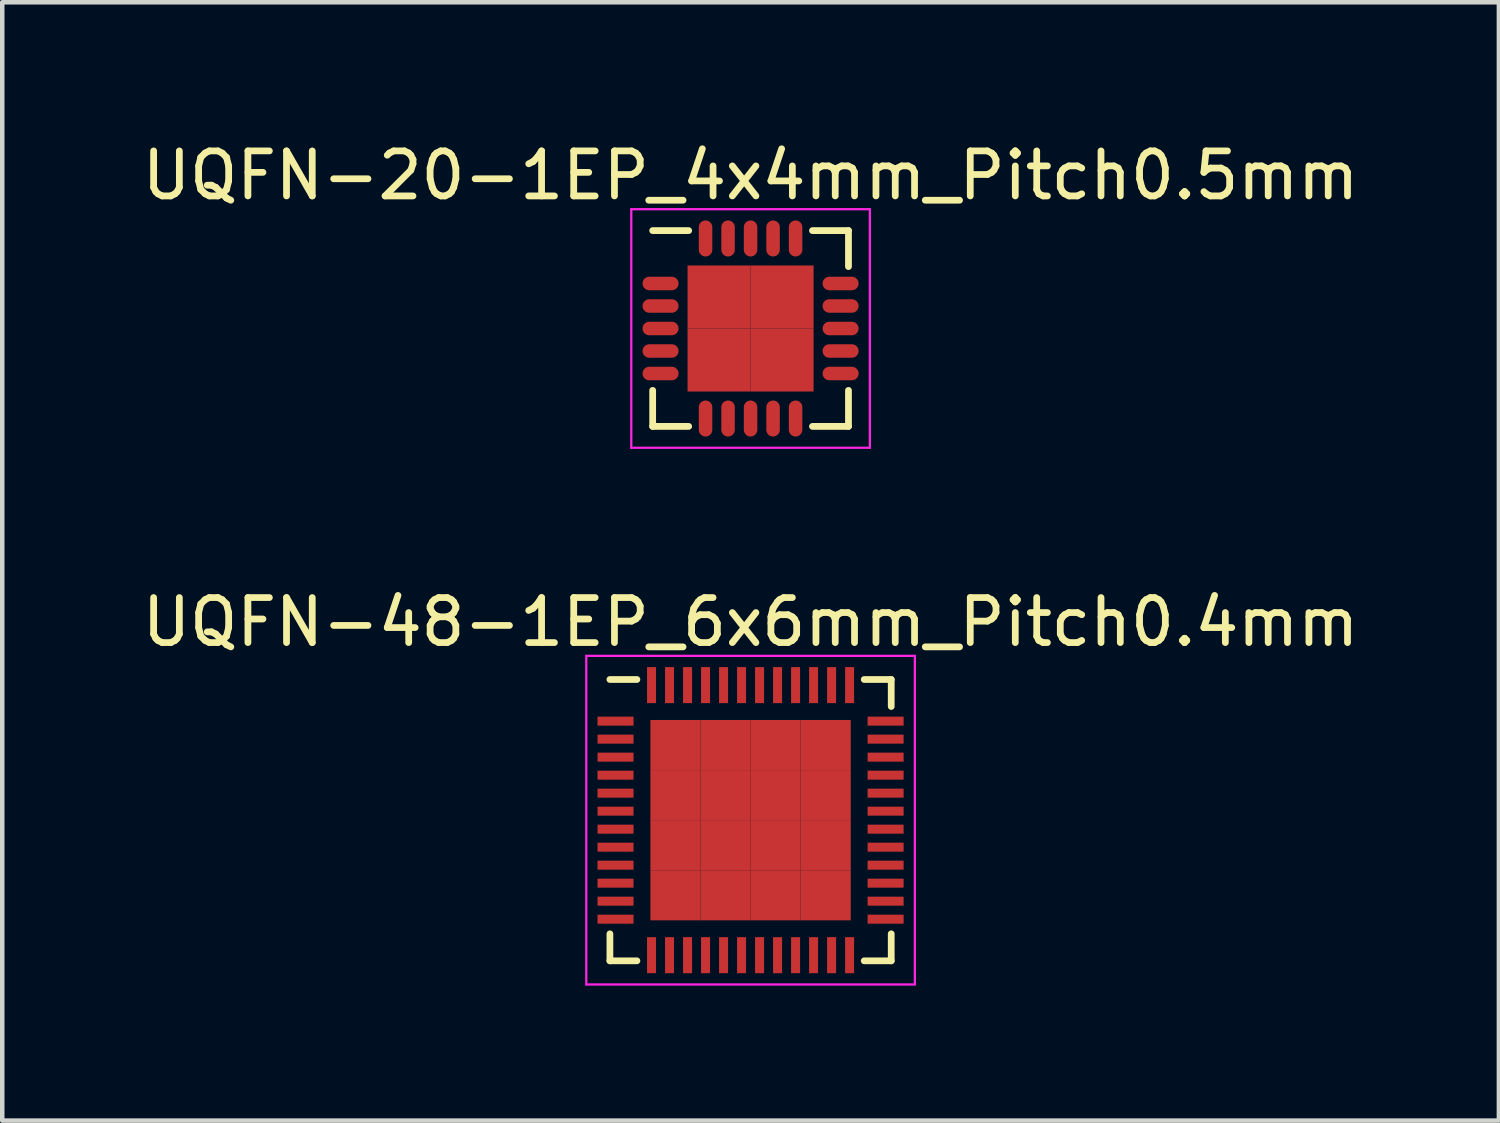
<source format=kicad_pcb>
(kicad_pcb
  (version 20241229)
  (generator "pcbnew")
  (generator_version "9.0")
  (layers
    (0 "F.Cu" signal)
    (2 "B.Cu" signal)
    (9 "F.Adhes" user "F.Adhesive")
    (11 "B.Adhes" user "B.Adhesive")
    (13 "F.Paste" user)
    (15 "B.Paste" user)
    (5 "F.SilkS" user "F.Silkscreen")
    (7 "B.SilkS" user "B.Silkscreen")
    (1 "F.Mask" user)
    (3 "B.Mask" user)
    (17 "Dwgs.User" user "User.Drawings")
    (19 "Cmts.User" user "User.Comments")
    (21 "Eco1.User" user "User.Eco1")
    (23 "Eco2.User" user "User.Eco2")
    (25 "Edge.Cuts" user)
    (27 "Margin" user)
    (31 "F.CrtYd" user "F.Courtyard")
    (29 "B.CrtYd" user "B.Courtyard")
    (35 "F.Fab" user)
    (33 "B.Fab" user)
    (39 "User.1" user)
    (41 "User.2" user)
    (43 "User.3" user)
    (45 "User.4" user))
  (footprint "UQFN-48-1EP_6x6mm_Pitch0.4mm"
    (layer "F.Cu")
    (at 13.625 15.171)
    (property "Reference" "UQFN-48-1EP_6x6mm_Pitch0.4mm" (at 0 -4.4 0) (layer "F.SilkS") (effects (font (size 1 1) (thickness 0.15))))
    (attr smd)
    (fp_line (start -3.125 -3.125) (end -2.525 -3.125) (stroke (width 0.15) (type solid)) (layer "F.SilkS"))
    (fp_line (start -3.125 3.125) (end -3.125 2.525) (stroke (width 0.15) (type solid)) (layer "F.SilkS"))
    (fp_line (start -3.125 3.125) (end -2.525 3.125) (stroke (width 0.15) (type solid)) (layer "F.SilkS"))
    (fp_line (start 3.125 -3.125) (end 2.525 -3.125) (stroke (width 0.15) (type solid)) (layer "F.SilkS"))
    (fp_line (start 3.125 -3.125) (end 3.125 -2.525) (stroke (width 0.15) (type solid)) (layer "F.SilkS"))
    (fp_line (start 3.125 3.125) (end 2.525 3.125) (stroke (width 0.15) (type solid)) (layer "F.SilkS"))
    (fp_line (start 3.125 3.125) (end 3.125 2.525) (stroke (width 0.15) (type solid)) (layer "F.SilkS"))
    (fp_line (start -3.65 -3.65) (end -3.65 3.65) (stroke (width 0.05) (type solid)) (layer "F.CrtYd"))
    (fp_line (start -3.65 -3.65) (end 3.65 -3.65) (stroke (width 0.05) (type solid)) (layer "F.CrtYd"))
    (fp_line (start -3.65 3.65) (end 3.65 3.65) (stroke (width 0.05) (type solid)) (layer "F.CrtYd"))
    (fp_line (start 3.65 -3.65) (end 3.65 3.65) (stroke (width 0.05) (type solid)) (layer "F.CrtYd"))
    (pad "1" smd rect (at -3 -2.2) (size 0.8 0.2) (layers "F.Cu" "F.Mask" "F.Paste"))
    (pad "2" smd rect (at -3 -1.8) (size 0.8 0.2) (layers "F.Cu" "F.Mask" "F.Paste"))
    (pad "3" smd rect (at -3 -1.4) (size 0.8 0.2) (layers "F.Cu" "F.Mask" "F.Paste"))
    (pad "4" smd rect (at -3 -1) (size 0.8 0.2) (layers "F.Cu" "F.Mask" "F.Paste"))
    (pad "5" smd rect (at -3 -0.6) (size 0.8 0.2) (layers "F.Cu" "F.Mask" "F.Paste"))
    (pad "6" smd rect (at -3 -0.2) (size 0.8 0.2) (layers "F.Cu" "F.Mask" "F.Paste"))
    (pad "7" smd rect (at -3 0.2) (size 0.8 0.2) (layers "F.Cu" "F.Mask" "F.Paste"))
    (pad "8" smd rect (at -3 0.6) (size 0.8 0.2) (layers "F.Cu" "F.Mask" "F.Paste"))
    (pad "9" smd rect (at -3 1) (size 0.8 0.2) (layers "F.Cu" "F.Mask" "F.Paste"))
    (pad "10" smd rect (at -3 1.4) (size 0.8 0.2) (layers "F.Cu" "F.Mask" "F.Paste"))
    (pad "11" smd rect (at -3 1.8) (size 0.8 0.2) (layers "F.Cu" "F.Mask" "F.Paste"))
    (pad "12" smd rect (at -3 2.2) (size 0.8 0.2) (layers "F.Cu" "F.Mask" "F.Paste"))
    (pad "13" smd rect (at -2.2 3 90) (size 0.8 0.2) (layers "F.Cu" "F.Mask" "F.Paste"))
    (pad "14" smd rect (at -1.8 3 90) (size 0.8 0.2) (layers "F.Cu" "F.Mask" "F.Paste"))
    (pad "15" smd rect (at -1.4 3 90) (size 0.8 0.2) (layers "F.Cu" "F.Mask" "F.Paste"))
    (pad "16" smd rect (at -1 3 90) (size 0.8 0.2) (layers "F.Cu" "F.Mask" "F.Paste"))
    (pad "17" smd rect (at -0.6 3 90) (size 0.8 0.2) (layers "F.Cu" "F.Mask" "F.Paste"))
    (pad "18" smd rect (at -0.2 3 90) (size 0.8 0.2) (layers "F.Cu" "F.Mask" "F.Paste"))
    (pad "19" smd rect (at 0.2 3 90) (size 0.8 0.2) (layers "F.Cu" "F.Mask" "F.Paste"))
    (pad "20" smd rect (at 0.6 3 90) (size 0.8 0.2) (layers "F.Cu" "F.Mask" "F.Paste"))
    (pad "21" smd rect (at 1 3 90) (size 0.8 0.2) (layers "F.Cu" "F.Mask" "F.Paste"))
    (pad "22" smd rect (at 1.4 3 90) (size 0.8 0.2) (layers "F.Cu" "F.Mask" "F.Paste"))
    (pad "23" smd rect (at 1.8 3 90) (size 0.8 0.2) (layers "F.Cu" "F.Mask" "F.Paste"))
    (pad "24" smd rect (at 2.2 3 90) (size 0.8 0.2) (layers "F.Cu" "F.Mask" "F.Paste"))
    (pad "25" smd rect (at 3 2.2) (size 0.8 0.2) (layers "F.Cu" "F.Mask" "F.Paste"))
    (pad "26" smd rect (at 3 1.8) (size 0.8 0.2) (layers "F.Cu" "F.Mask" "F.Paste"))
    (pad "27" smd rect (at 3 1.4) (size 0.8 0.2) (layers "F.Cu" "F.Mask" "F.Paste"))
    (pad "28" smd rect (at 3 1) (size 0.8 0.2) (layers "F.Cu" "F.Mask" "F.Paste"))
    (pad "29" smd rect (at 3 0.6) (size 0.8 0.2) (layers "F.Cu" "F.Mask" "F.Paste"))
    (pad "30" smd rect (at 3 0.2) (size 0.8 0.2) (layers "F.Cu" "F.Mask" "F.Paste"))
    (pad "31" smd rect (at 3 -0.2) (size 0.8 0.2) (layers "F.Cu" "F.Mask" "F.Paste"))
    (pad "32" smd rect (at 3 -0.6) (size 0.8 0.2) (layers "F.Cu" "F.Mask" "F.Paste"))
    (pad "33" smd rect (at 3 -1) (size 0.8 0.2) (layers "F.Cu" "F.Mask" "F.Paste"))
    (pad "34" smd rect (at 3 -1.4) (size 0.8 0.2) (layers "F.Cu" "F.Mask" "F.Paste"))
    (pad "35" smd rect (at 3 -1.8) (size 0.8 0.2) (layers "F.Cu" "F.Mask" "F.Paste"))
    (pad "36" smd rect (at 3 -2.2) (size 0.8 0.2) (layers "F.Cu" "F.Mask" "F.Paste"))
    (pad "37" smd rect (at 2.2 -3 90) (size 0.8 0.2) (layers "F.Cu" "F.Mask" "F.Paste"))
    (pad "38" smd rect (at 1.8 -3 90) (size 0.8 0.2) (layers "F.Cu" "F.Mask" "F.Paste"))
    (pad "39" smd rect (at 1.4 -3 90) (size 0.8 0.2) (layers "F.Cu" "F.Mask" "F.Paste"))
    (pad "40" smd rect (at 1 -3 90) (size 0.8 0.2) (layers "F.Cu" "F.Mask" "F.Paste"))
    (pad "41" smd rect (at 0.6 -3 90) (size 0.8 0.2) (layers "F.Cu" "F.Mask" "F.Paste"))
    (pad "42" smd rect (at 0.2 -3 90) (size 0.8 0.2) (layers "F.Cu" "F.Mask" "F.Paste"))
    (pad "43" smd rect (at -0.2 -3 90) (size 0.8 0.2) (layers "F.Cu" "F.Mask" "F.Paste"))
    (pad "44" smd rect (at -0.6 -3 90) (size 0.8 0.2) (layers "F.Cu" "F.Mask" "F.Paste"))
    (pad "45" smd rect (at -1 -3 90) (size 0.8 0.2) (layers "F.Cu" "F.Mask" "F.Paste"))
    (pad "46" smd rect (at -1.4 -3 90) (size 0.8 0.2) (layers "F.Cu" "F.Mask" "F.Paste"))
    (pad "47" smd rect (at -1.8 -3 90) (size 0.8 0.2) (layers "F.Cu" "F.Mask" "F.Paste"))
    (pad "48" smd rect (at -2.2 -3 90) (size 0.8 0.2) (layers "F.Cu" "F.Mask" "F.Paste"))
    (pad "49" smd rect (at -1.669 -1.669) (size 1.113 1.113) (layers "F.Cu" "F.Mask" "F.Paste"))
    (pad "49" smd rect (at -1.669 -0.556) (size 1.113 1.113) (layers "F.Cu" "F.Mask" "F.Paste"))
    (pad "49" smd rect (at -1.669 0.556) (size 1.113 1.113) (layers "F.Cu" "F.Mask" "F.Paste"))
    (pad "49" smd rect (at -1.669 1.669) (size 1.113 1.113) (layers "F.Cu" "F.Mask" "F.Paste"))
    (pad "49" smd rect (at -0.556 -1.669) (size 1.113 1.113) (layers "F.Cu" "F.Mask" "F.Paste"))
    (pad "49" smd rect (at -0.556 -0.556) (size 1.113 1.113) (layers "F.Cu" "F.Mask" "F.Paste"))
    (pad "49" smd rect (at -0.556 0.556) (size 1.113 1.113) (layers "F.Cu" "F.Mask" "F.Paste"))
    (pad "49" smd rect (at -0.556 1.669) (size 1.113 1.113) (layers "F.Cu" "F.Mask" "F.Paste"))
    (pad "49" smd rect (at 0.556 -1.669) (size 1.113 1.113) (layers "F.Cu" "F.Mask" "F.Paste"))
    (pad "49" smd rect (at 0.556 -0.556) (size 1.113 1.113) (layers "F.Cu" "F.Mask" "F.Paste"))
    (pad "49" smd rect (at 0.556 0.556) (size 1.113 1.113) (layers "F.Cu" "F.Mask" "F.Paste"))
    (pad "49" smd rect (at 0.556 1.669) (size 1.113 1.113) (layers "F.Cu" "F.Mask" "F.Paste"))
    (pad "49" smd rect (at 1.669 -1.669) (size 1.113 1.113) (layers "F.Cu" "F.Mask" "F.Paste"))
    (pad "49" smd rect (at 1.669 -0.556) (size 1.113 1.113) (layers "F.Cu" "F.Mask" "F.Paste"))
    (pad "49" smd rect (at 1.669 0.556) (size 1.113 1.113) (layers "F.Cu" "F.Mask" "F.Paste"))
    (pad "49" smd rect (at 1.669 1.669) (size 1.113 1.113) (layers "F.Cu" "F.Mask" "F.Paste")))
  (footprint "UQFN-20-1EP_4x4mm_Pitch0.5mm"
    (layer "F.Cu")
    (at 13.625 4.248)
    (property "Reference" "UQFN-20-1EP_4x4mm_Pitch0.5mm" (at 0 -3.4 0) (layer "F.SilkS") (effects (font (size 1 1) (thickness 0.15))))
    (attr smd)
    (fp_line (start -2.175 -2.175) (end -1.375 -2.175) (stroke (width 0.15) (type solid)) (layer "F.SilkS"))
    (fp_line (start -2.175 2.175) (end -2.175 1.375) (stroke (width 0.15) (type solid)) (layer "F.SilkS"))
    (fp_line (start -2.175 2.175) (end -1.375 2.175) (stroke (width 0.15) (type solid)) (layer "F.SilkS"))
    (fp_line (start 2.175 -2.175) (end 1.375 -2.175) (stroke (width 0.15) (type solid)) (layer "F.SilkS"))
    (fp_line (start 2.175 -2.175) (end 2.175 -1.375) (stroke (width 0.15) (type solid)) (layer "F.SilkS"))
    (fp_line (start 2.175 2.175) (end 1.375 2.175) (stroke (width 0.15) (type solid)) (layer "F.SilkS"))
    (fp_line (start 2.175 2.175) (end 2.175 1.375) (stroke (width 0.15) (type solid)) (layer "F.SilkS"))
    (fp_line (start -2.65 -2.65) (end -2.65 2.65) (stroke (width 0.05) (type solid)) (layer "F.CrtYd"))
    (fp_line (start -2.65 -2.65) (end 2.65 -2.65) (stroke (width 0.05) (type solid)) (layer "F.CrtYd"))
    (fp_line (start -2.65 2.65) (end 2.65 2.65) (stroke (width 0.05) (type solid)) (layer "F.CrtYd"))
    (fp_line (start 2.65 -2.65) (end 2.65 2.65) (stroke (width 0.05) (type solid)) (layer "F.CrtYd"))
    (pad "1" smd oval (at -2 -1) (size 0.8 0.3) (layers "F.Cu" "F.Mask" "F.Paste"))
    (pad "2" smd oval (at -2 -0.5) (size 0.8 0.3) (layers "F.Cu" "F.Mask" "F.Paste"))
    (pad "3" smd oval (at -2 0) (size 0.8 0.3) (layers "F.Cu" "F.Mask" "F.Paste"))
    (pad "4" smd oval (at -2 0.5) (size 0.8 0.3) (layers "F.Cu" "F.Mask" "F.Paste"))
    (pad "5" smd oval (at -2 1) (size 0.8 0.3) (layers "F.Cu" "F.Mask" "F.Paste"))
    (pad "6" smd oval (at -1 2 90) (size 0.8 0.3) (layers "F.Cu" "F.Mask" "F.Paste"))
    (pad "7" smd oval (at -0.5 2 90) (size 0.8 0.3) (layers "F.Cu" "F.Mask" "F.Paste"))
    (pad "8" smd oval (at 0 2 90) (size 0.8 0.3) (layers "F.Cu" "F.Mask" "F.Paste"))
    (pad "9" smd oval (at 0.5 2 90) (size 0.8 0.3) (layers "F.Cu" "F.Mask" "F.Paste"))
    (pad "10" smd oval (at 1 2 90) (size 0.8 0.3) (layers "F.Cu" "F.Mask" "F.Paste"))
    (pad "11" smd oval (at 2 1) (size 0.8 0.3) (layers "F.Cu" "F.Mask" "F.Paste"))
    (pad "12" smd oval (at 2 0.5) (size 0.8 0.3) (layers "F.Cu" "F.Mask" "F.Paste"))
    (pad "13" smd oval (at 2 0) (size 0.8 0.3) (layers "F.Cu" "F.Mask" "F.Paste"))
    (pad "14" smd oval (at 2 -0.5) (size 0.8 0.3) (layers "F.Cu" "F.Mask" "F.Paste"))
    (pad "15" smd oval (at 2 -1) (size 0.8 0.3) (layers "F.Cu" "F.Mask" "F.Paste"))
    (pad "16" smd oval (at 1 -2 90) (size 0.8 0.3) (layers "F.Cu" "F.Mask" "F.Paste"))
    (pad "17" smd oval (at 0.5 -2 90) (size 0.8 0.3) (layers "F.Cu" "F.Mask" "F.Paste"))
    (pad "18" smd oval (at 0 -2 90) (size 0.8 0.3) (layers "F.Cu" "F.Mask" "F.Paste"))
    (pad "19" smd oval (at -0.5 -2 90) (size 0.8 0.3) (layers "F.Cu" "F.Mask" "F.Paste"))
    (pad "20" smd oval (at -1 -2 90) (size 0.8 0.3) (layers "F.Cu" "F.Mask" "F.Paste"))
    (pad "21" smd rect (at -0.7 -0.7) (size 1.4 1.4) (layers "F.Cu" "F.Mask" "F.Paste"))
    (pad "21" smd rect (at -0.7 0.7) (size 1.4 1.4) (layers "F.Cu" "F.Mask" "F.Paste"))
    (pad "21" smd rect (at 0.7 -0.7) (size 1.4 1.4) (layers "F.Cu" "F.Mask" "F.Paste"))
    (pad "21" smd rect (at 0.7 0.7) (size 1.4 1.4) (layers "F.Cu" "F.Mask" "F.Paste")))
  (gr_rect
    (start -3 -3)
    (end 30.25 21.846)
    (stroke (width 0.1) (type default))
    (fill no)
    (layer "Edge.Cuts")))
</source>
